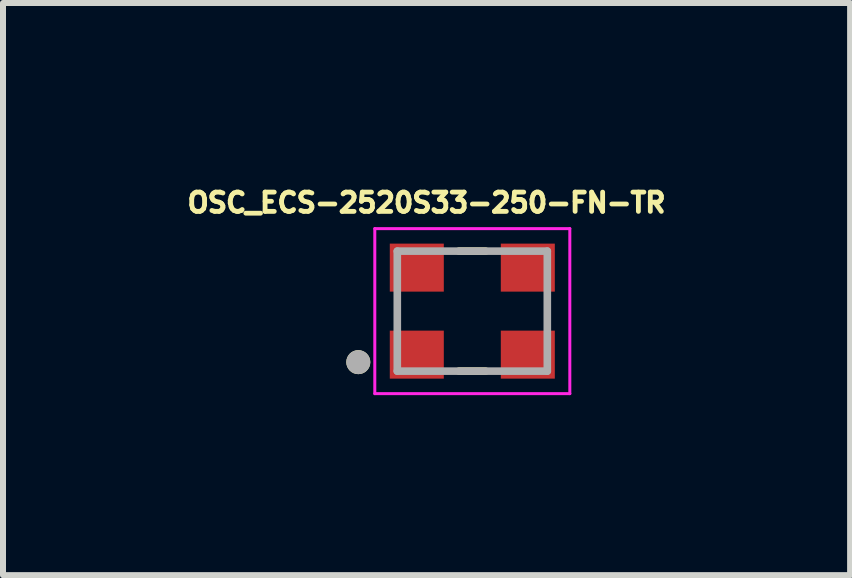
<source format=kicad_pcb>
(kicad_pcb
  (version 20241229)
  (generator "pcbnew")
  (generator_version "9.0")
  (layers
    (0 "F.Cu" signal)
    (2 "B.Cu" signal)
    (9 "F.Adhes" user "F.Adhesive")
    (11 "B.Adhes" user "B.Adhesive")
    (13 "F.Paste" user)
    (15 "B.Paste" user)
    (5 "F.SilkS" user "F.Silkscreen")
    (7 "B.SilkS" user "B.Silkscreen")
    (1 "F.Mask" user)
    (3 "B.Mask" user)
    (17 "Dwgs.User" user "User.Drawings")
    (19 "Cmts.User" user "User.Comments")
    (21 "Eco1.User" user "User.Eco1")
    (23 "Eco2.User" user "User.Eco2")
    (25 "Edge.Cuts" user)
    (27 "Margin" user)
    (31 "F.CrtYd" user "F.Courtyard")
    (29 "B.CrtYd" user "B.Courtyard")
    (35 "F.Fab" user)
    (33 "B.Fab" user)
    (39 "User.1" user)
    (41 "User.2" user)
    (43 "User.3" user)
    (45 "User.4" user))
  (footprint "OSC_ECS-2520S33-250-FN-TR"
    (layer "F.Cu")
    (at 4.821 2.135)
    (property "Reference" "OSC_ECS-2520S33-250-FN-TR" (at -0.763 -1.807 0) (layer "F.SilkS") (effects (font (size 0.321 0.321) (thickness 0.15))))
    (attr smd)
    (fp_line (start -0.221 -1) (end 0.221 -1) (stroke (width 0.127) (type solid)) (layer "F.SilkS"))
    (fp_line (start -0.221 1) (end 0.221 1) (stroke (width 0.127) (type solid)) (layer "F.SilkS"))
    (fp_circle (center -1.9 0.85) (end -1.8 0.85) (stroke (width 0.2) (type solid)) (fill no) (layer "F.SilkS"))
    (fp_line (start -1.625 -1.375) (end 1.625 -1.375) (stroke (width 0.05) (type solid)) (layer "F.CrtYd"))
    (fp_line (start -1.625 1.375) (end -1.625 -1.375) (stroke (width 0.05) (type solid)) (layer "F.CrtYd"))
    (fp_line (start 1.625 -1.375) (end 1.625 1.375) (stroke (width 0.05) (type solid)) (layer "F.CrtYd"))
    (fp_line (start 1.625 1.375) (end -1.625 1.375) (stroke (width 0.05) (type solid)) (layer "F.CrtYd"))
    (fp_line (start -1.25 -1) (end 1.25 -1) (stroke (width 0.127) (type solid)) (layer "F.Fab"))
    (fp_line (start -1.25 1) (end -1.25 -1) (stroke (width 0.127) (type solid)) (layer "F.Fab"))
    (fp_line (start 1.25 -1) (end 1.25 1) (stroke (width 0.127) (type solid)) (layer "F.Fab"))
    (fp_line (start 1.25 1) (end -1.25 1) (stroke (width 0.127) (type solid)) (layer "F.Fab"))
    (fp_circle (center -1.9 0.85) (end -1.8 0.85) (stroke (width 0.2) (type solid)) (fill no) (layer "F.Fab"))
    (pad "1" smd rect (at -0.925 0.725 180) (size 0.9 0.8) (layers "F.Cu" "F.Mask" "F.Paste"))
    (pad "2" smd rect (at 0.925 0.725 180) (size 0.9 0.8) (layers "F.Cu" "F.Mask" "F.Paste"))
    (pad "3" smd rect (at 0.925 -0.725 180) (size 0.9 0.8) (layers "F.Cu" "F.Mask" "F.Paste"))
    (pad "4" smd rect (at -0.925 -0.725 180) (size 0.9 0.8) (layers "F.Cu" "F.Mask" "F.Paste")))
  (gr_rect
    (start -3 -3)
    (end 11.117 6.535)
    (stroke (width 0.1) (type default))
    (fill no)
    (layer "Edge.Cuts")))
</source>
